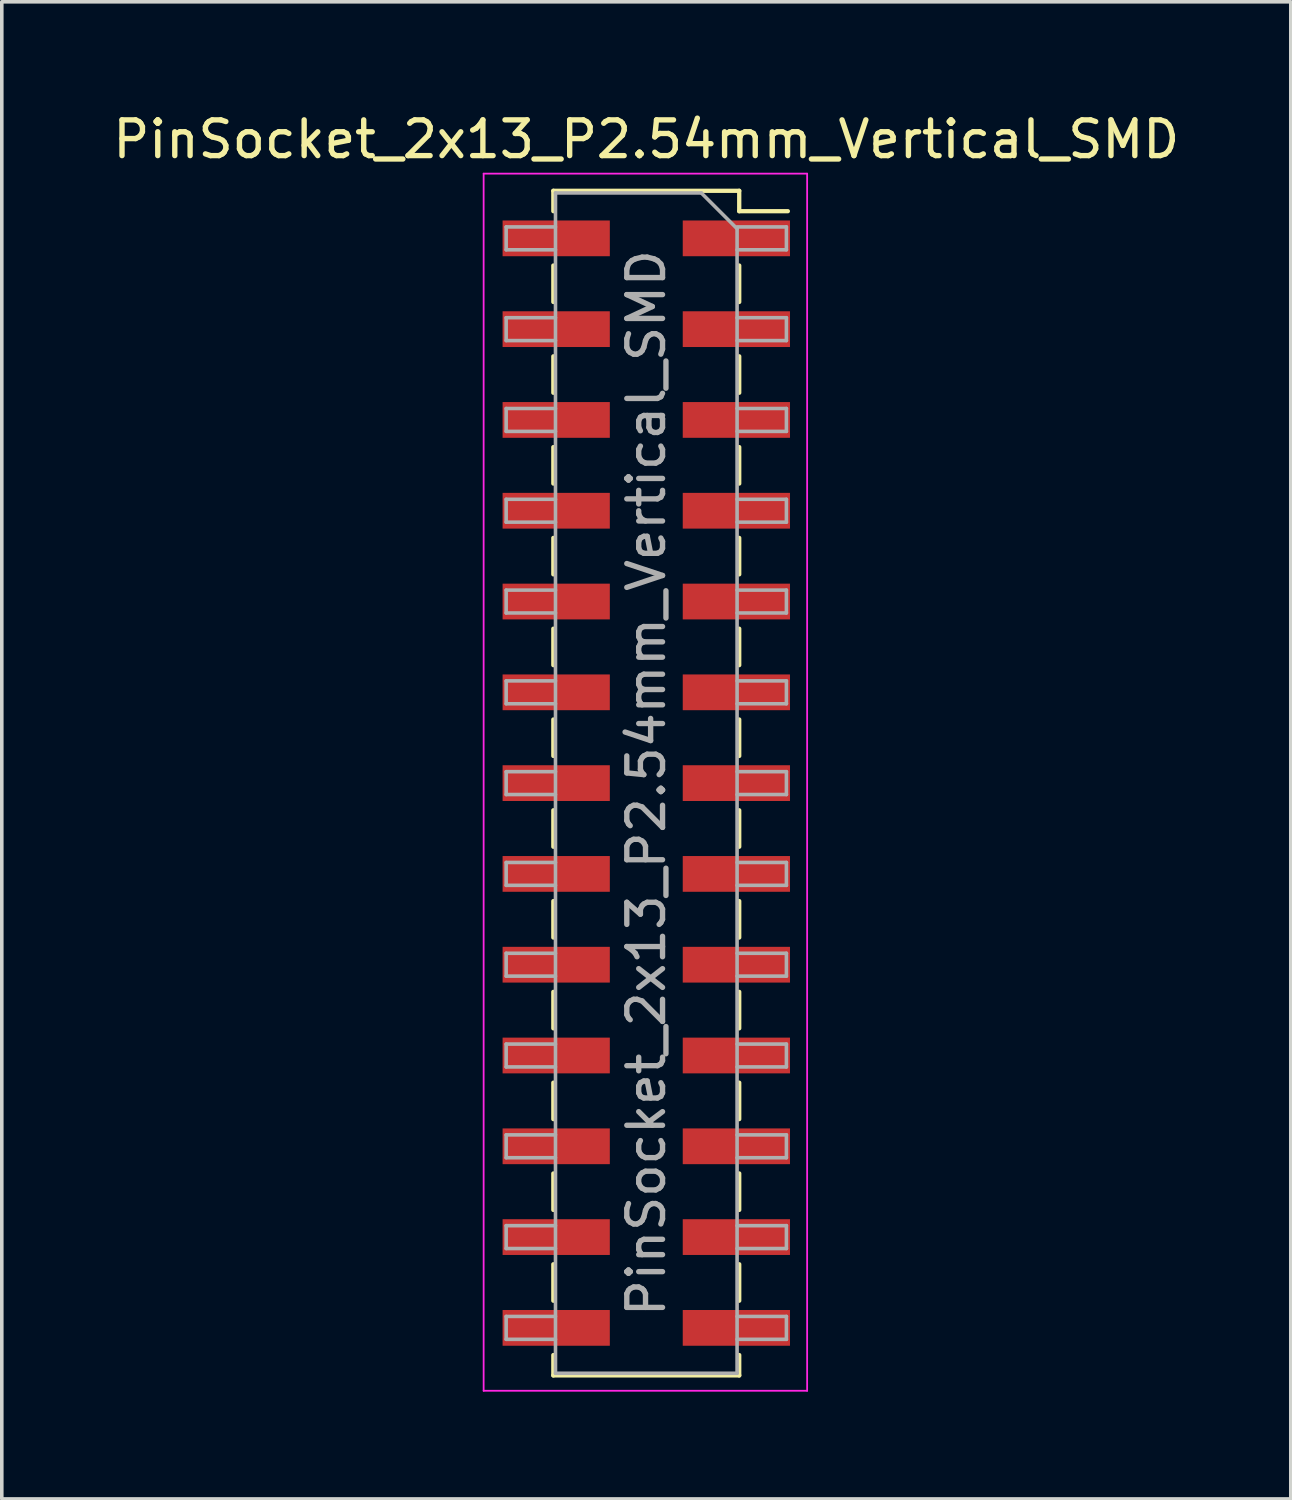
<source format=kicad_pcb>
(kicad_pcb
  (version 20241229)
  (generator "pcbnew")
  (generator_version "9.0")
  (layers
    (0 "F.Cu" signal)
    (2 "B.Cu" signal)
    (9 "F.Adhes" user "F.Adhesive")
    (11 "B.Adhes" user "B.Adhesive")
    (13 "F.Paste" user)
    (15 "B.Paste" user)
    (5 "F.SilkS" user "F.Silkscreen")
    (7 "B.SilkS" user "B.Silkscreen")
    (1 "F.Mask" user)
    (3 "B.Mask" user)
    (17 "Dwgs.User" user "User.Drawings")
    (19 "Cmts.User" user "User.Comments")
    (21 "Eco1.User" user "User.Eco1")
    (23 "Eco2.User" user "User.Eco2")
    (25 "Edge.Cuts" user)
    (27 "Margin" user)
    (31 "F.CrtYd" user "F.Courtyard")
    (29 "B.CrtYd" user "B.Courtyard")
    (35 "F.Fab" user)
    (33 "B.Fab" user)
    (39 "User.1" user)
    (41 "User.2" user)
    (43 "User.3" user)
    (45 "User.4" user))
  (footprint "PinSocket_2x13_P2.54mm_Vertical_SMD"
    (layer "F.Cu")
    (at 15.03 18.858)
    (property "Reference" "PinSocket_2x13_P2.54mm_Vertical_SMD" (at 0 -18.01 0) (layer "F.SilkS") (effects (font (size 1 1) (thickness 0.15))))
    (attr smd)
    (fp_line (start -2.6 -16.57) (end -2.6 -16) (stroke (width 0.12) (type solid)) (layer "F.SilkS"))
    (fp_line (start -2.6 -16.57) (end 2.6 -16.57) (stroke (width 0.12) (type solid)) (layer "F.SilkS"))
    (fp_line (start -2.6 -14.48) (end -2.6 -13.46) (stroke (width 0.12) (type solid)) (layer "F.SilkS"))
    (fp_line (start -2.6 -11.94) (end -2.6 -10.92) (stroke (width 0.12) (type solid)) (layer "F.SilkS"))
    (fp_line (start -2.6 -9.4) (end -2.6 -8.38) (stroke (width 0.12) (type solid)) (layer "F.SilkS"))
    (fp_line (start -2.6 -6.86) (end -2.6 -5.84) (stroke (width 0.12) (type solid)) (layer "F.SilkS"))
    (fp_line (start -2.6 -4.32) (end -2.6 -3.3) (stroke (width 0.12) (type solid)) (layer "F.SilkS"))
    (fp_line (start -2.6 -1.78) (end -2.6 -0.76) (stroke (width 0.12) (type solid)) (layer "F.SilkS"))
    (fp_line (start -2.6 0.76) (end -2.6 1.78) (stroke (width 0.12) (type solid)) (layer "F.SilkS"))
    (fp_line (start -2.6 3.3) (end -2.6 4.32) (stroke (width 0.12) (type solid)) (layer "F.SilkS"))
    (fp_line (start -2.6 5.84) (end -2.6 6.86) (stroke (width 0.12) (type solid)) (layer "F.SilkS"))
    (fp_line (start -2.6 8.38) (end -2.6 9.4) (stroke (width 0.12) (type solid)) (layer "F.SilkS"))
    (fp_line (start -2.6 10.92) (end -2.6 11.94) (stroke (width 0.12) (type solid)) (layer "F.SilkS"))
    (fp_line (start -2.6 13.46) (end -2.6 14.48) (stroke (width 0.12) (type solid)) (layer "F.SilkS"))
    (fp_line (start -2.6 16) (end -2.6 16.57) (stroke (width 0.12) (type solid)) (layer "F.SilkS"))
    (fp_line (start -2.6 16.57) (end 2.6 16.57) (stroke (width 0.12) (type solid)) (layer "F.SilkS"))
    (fp_line (start 2.6 -16.57) (end 2.6 -16) (stroke (width 0.12) (type solid)) (layer "F.SilkS"))
    (fp_line (start 2.6 -16) (end 3.96 -16) (stroke (width 0.12) (type solid)) (layer "F.SilkS"))
    (fp_line (start 2.6 -14.48) (end 2.6 -13.46) (stroke (width 0.12) (type solid)) (layer "F.SilkS"))
    (fp_line (start 2.6 -11.94) (end 2.6 -10.92) (stroke (width 0.12) (type solid)) (layer "F.SilkS"))
    (fp_line (start 2.6 -9.4) (end 2.6 -8.38) (stroke (width 0.12) (type solid)) (layer "F.SilkS"))
    (fp_line (start 2.6 -6.86) (end 2.6 -5.84) (stroke (width 0.12) (type solid)) (layer "F.SilkS"))
    (fp_line (start 2.6 -4.32) (end 2.6 -3.3) (stroke (width 0.12) (type solid)) (layer "F.SilkS"))
    (fp_line (start 2.6 -1.78) (end 2.6 -0.76) (stroke (width 0.12) (type solid)) (layer "F.SilkS"))
    (fp_line (start 2.6 0.76) (end 2.6 1.78) (stroke (width 0.12) (type solid)) (layer "F.SilkS"))
    (fp_line (start 2.6 3.3) (end 2.6 4.32) (stroke (width 0.12) (type solid)) (layer "F.SilkS"))
    (fp_line (start 2.6 5.84) (end 2.6 6.86) (stroke (width 0.12) (type solid)) (layer "F.SilkS"))
    (fp_line (start 2.6 8.38) (end 2.6 9.4) (stroke (width 0.12) (type solid)) (layer "F.SilkS"))
    (fp_line (start 2.6 10.92) (end 2.6 11.94) (stroke (width 0.12) (type solid)) (layer "F.SilkS"))
    (fp_line (start 2.6 13.46) (end 2.6 14.48) (stroke (width 0.12) (type solid)) (layer "F.SilkS"))
    (fp_line (start 2.6 16) (end 2.6 16.57) (stroke (width 0.12) (type solid)) (layer "F.SilkS"))
    (fp_line (start -4.55 -17.05) (end 4.5 -17.05) (stroke (width 0.05) (type solid)) (layer "F.CrtYd"))
    (fp_line (start -4.55 17) (end -4.55 -17.05) (stroke (width 0.05) (type solid)) (layer "F.CrtYd"))
    (fp_line (start 4.5 -17.05) (end 4.5 17) (stroke (width 0.05) (type solid)) (layer "F.CrtYd"))
    (fp_line (start 4.5 17) (end -4.55 17) (stroke (width 0.05) (type solid)) (layer "F.CrtYd"))
    (fp_line (start -3.92 -15.56) (end -2.54 -15.56) (stroke (width 0.1) (type solid)) (layer "F.Fab"))
    (fp_line (start -3.92 -14.92) (end -3.92 -15.56) (stroke (width 0.1) (type solid)) (layer "F.Fab"))
    (fp_line (start -3.92 -13.02) (end -2.54 -13.02) (stroke (width 0.1) (type solid)) (layer "F.Fab"))
    (fp_line (start -3.92 -12.38) (end -3.92 -13.02) (stroke (width 0.1) (type solid)) (layer "F.Fab"))
    (fp_line (start -3.92 -10.48) (end -2.54 -10.48) (stroke (width 0.1) (type solid)) (layer "F.Fab"))
    (fp_line (start -3.92 -9.84) (end -3.92 -10.48) (stroke (width 0.1) (type solid)) (layer "F.Fab"))
    (fp_line (start -3.92 -7.94) (end -2.54 -7.94) (stroke (width 0.1) (type solid)) (layer "F.Fab"))
    (fp_line (start -3.92 -7.3) (end -3.92 -7.94) (stroke (width 0.1) (type solid)) (layer "F.Fab"))
    (fp_line (start -3.92 -5.4) (end -2.54 -5.4) (stroke (width 0.1) (type solid)) (layer "F.Fab"))
    (fp_line (start -3.92 -4.76) (end -3.92 -5.4) (stroke (width 0.1) (type solid)) (layer "F.Fab"))
    (fp_line (start -3.92 -2.86) (end -2.54 -2.86) (stroke (width 0.1) (type solid)) (layer "F.Fab"))
    (fp_line (start -3.92 -2.22) (end -3.92 -2.86) (stroke (width 0.1) (type solid)) (layer "F.Fab"))
    (fp_line (start -3.92 -0.32) (end -2.54 -0.32) (stroke (width 0.1) (type solid)) (layer "F.Fab"))
    (fp_line (start -3.92 0.32) (end -3.92 -0.32) (stroke (width 0.1) (type solid)) (layer "F.Fab"))
    (fp_line (start -3.92 2.22) (end -2.54 2.22) (stroke (width 0.1) (type solid)) (layer "F.Fab"))
    (fp_line (start -3.92 2.86) (end -3.92 2.22) (stroke (width 0.1) (type solid)) (layer "F.Fab"))
    (fp_line (start -3.92 4.76) (end -2.54 4.76) (stroke (width 0.1) (type solid)) (layer "F.Fab"))
    (fp_line (start -3.92 5.4) (end -3.92 4.76) (stroke (width 0.1) (type solid)) (layer "F.Fab"))
    (fp_line (start -3.92 7.3) (end -2.54 7.3) (stroke (width 0.1) (type solid)) (layer "F.Fab"))
    (fp_line (start -3.92 7.94) (end -3.92 7.3) (stroke (width 0.1) (type solid)) (layer "F.Fab"))
    (fp_line (start -3.92 9.84) (end -2.54 9.84) (stroke (width 0.1) (type solid)) (layer "F.Fab"))
    (fp_line (start -3.92 10.48) (end -3.92 9.84) (stroke (width 0.1) (type solid)) (layer "F.Fab"))
    (fp_line (start -3.92 12.38) (end -2.54 12.38) (stroke (width 0.1) (type solid)) (layer "F.Fab"))
    (fp_line (start -3.92 13.02) (end -3.92 12.38) (stroke (width 0.1) (type solid)) (layer "F.Fab"))
    (fp_line (start -3.92 14.92) (end -2.54 14.92) (stroke (width 0.1) (type solid)) (layer "F.Fab"))
    (fp_line (start -3.92 15.56) (end -3.92 14.92) (stroke (width 0.1) (type solid)) (layer "F.Fab"))
    (fp_line (start -2.54 -16.51) (end 1.54 -16.51) (stroke (width 0.1) (type solid)) (layer "F.Fab"))
    (fp_line (start -2.54 -14.92) (end -3.92 -14.92) (stroke (width 0.1) (type solid)) (layer "F.Fab"))
    (fp_line (start -2.54 -12.38) (end -3.92 -12.38) (stroke (width 0.1) (type solid)) (layer "F.Fab"))
    (fp_line (start -2.54 -9.84) (end -3.92 -9.84) (stroke (width 0.1) (type solid)) (layer "F.Fab"))
    (fp_line (start -2.54 -7.3) (end -3.92 -7.3) (stroke (width 0.1) (type solid)) (layer "F.Fab"))
    (fp_line (start -2.54 -4.76) (end -3.92 -4.76) (stroke (width 0.1) (type solid)) (layer "F.Fab"))
    (fp_line (start -2.54 -2.22) (end -3.92 -2.22) (stroke (width 0.1) (type solid)) (layer "F.Fab"))
    (fp_line (start -2.54 0.32) (end -3.92 0.32) (stroke (width 0.1) (type solid)) (layer "F.Fab"))
    (fp_line (start -2.54 2.86) (end -3.92 2.86) (stroke (width 0.1) (type solid)) (layer "F.Fab"))
    (fp_line (start -2.54 5.4) (end -3.92 5.4) (stroke (width 0.1) (type solid)) (layer "F.Fab"))
    (fp_line (start -2.54 7.94) (end -3.92 7.94) (stroke (width 0.1) (type solid)) (layer "F.Fab"))
    (fp_line (start -2.54 10.48) (end -3.92 10.48) (stroke (width 0.1) (type solid)) (layer "F.Fab"))
    (fp_line (start -2.54 13.02) (end -3.92 13.02) (stroke (width 0.1) (type solid)) (layer "F.Fab"))
    (fp_line (start -2.54 15.56) (end -3.92 15.56) (stroke (width 0.1) (type solid)) (layer "F.Fab"))
    (fp_line (start -2.54 16.51) (end -2.54 -16.51) (stroke (width 0.1) (type solid)) (layer "F.Fab"))
    (fp_line (start 1.54 -16.51) (end 2.54 -15.51) (stroke (width 0.1) (type solid)) (layer "F.Fab"))
    (fp_line (start 2.54 -15.56) (end 3.92 -15.56) (stroke (width 0.1) (type solid)) (layer "F.Fab"))
    (fp_line (start 2.54 -15.51) (end 2.54 16.51) (stroke (width 0.1) (type solid)) (layer "F.Fab"))
    (fp_line (start 2.54 -13.02) (end 3.92 -13.02) (stroke (width 0.1) (type solid)) (layer "F.Fab"))
    (fp_line (start 2.54 -10.48) (end 3.92 -10.48) (stroke (width 0.1) (type solid)) (layer "F.Fab"))
    (fp_line (start 2.54 -7.94) (end 3.92 -7.94) (stroke (width 0.1) (type solid)) (layer "F.Fab"))
    (fp_line (start 2.54 -5.4) (end 3.92 -5.4) (stroke (width 0.1) (type solid)) (layer "F.Fab"))
    (fp_line (start 2.54 -2.86) (end 3.92 -2.86) (stroke (width 0.1) (type solid)) (layer "F.Fab"))
    (fp_line (start 2.54 -0.32) (end 3.92 -0.32) (stroke (width 0.1) (type solid)) (layer "F.Fab"))
    (fp_line (start 2.54 2.22) (end 3.92 2.22) (stroke (width 0.1) (type solid)) (layer "F.Fab"))
    (fp_line (start 2.54 4.76) (end 3.92 4.76) (stroke (width 0.1) (type solid)) (layer "F.Fab"))
    (fp_line (start 2.54 7.3) (end 3.92 7.3) (stroke (width 0.1) (type solid)) (layer "F.Fab"))
    (fp_line (start 2.54 9.84) (end 3.92 9.84) (stroke (width 0.1) (type solid)) (layer "F.Fab"))
    (fp_line (start 2.54 12.38) (end 3.92 12.38) (stroke (width 0.1) (type solid)) (layer "F.Fab"))
    (fp_line (start 2.54 14.92) (end 3.92 14.92) (stroke (width 0.1) (type solid)) (layer "F.Fab"))
    (fp_line (start 2.54 16.51) (end -2.54 16.51) (stroke (width 0.1) (type solid)) (layer "F.Fab"))
    (fp_line (start 3.92 -15.56) (end 3.92 -14.92) (stroke (width 0.1) (type solid)) (layer "F.Fab"))
    (fp_line (start 3.92 -14.92) (end 2.54 -14.92) (stroke (width 0.1) (type solid)) (layer "F.Fab"))
    (fp_line (start 3.92 -13.02) (end 3.92 -12.38) (stroke (width 0.1) (type solid)) (layer "F.Fab"))
    (fp_line (start 3.92 -12.38) (end 2.54 -12.38) (stroke (width 0.1) (type solid)) (layer "F.Fab"))
    (fp_line (start 3.92 -10.48) (end 3.92 -9.84) (stroke (width 0.1) (type solid)) (layer "F.Fab"))
    (fp_line (start 3.92 -9.84) (end 2.54 -9.84) (stroke (width 0.1) (type solid)) (layer "F.Fab"))
    (fp_line (start 3.92 -7.94) (end 3.92 -7.3) (stroke (width 0.1) (type solid)) (layer "F.Fab"))
    (fp_line (start 3.92 -7.3) (end 2.54 -7.3) (stroke (width 0.1) (type solid)) (layer "F.Fab"))
    (fp_line (start 3.92 -5.4) (end 3.92 -4.76) (stroke (width 0.1) (type solid)) (layer "F.Fab"))
    (fp_line (start 3.92 -4.76) (end 2.54 -4.76) (stroke (width 0.1) (type solid)) (layer "F.Fab"))
    (fp_line (start 3.92 -2.86) (end 3.92 -2.22) (stroke (width 0.1) (type solid)) (layer "F.Fab"))
    (fp_line (start 3.92 -2.22) (end 2.54 -2.22) (stroke (width 0.1) (type solid)) (layer "F.Fab"))
    (fp_line (start 3.92 -0.32) (end 3.92 0.32) (stroke (width 0.1) (type solid)) (layer "F.Fab"))
    (fp_line (start 3.92 0.32) (end 2.54 0.32) (stroke (width 0.1) (type solid)) (layer "F.Fab"))
    (fp_line (start 3.92 2.22) (end 3.92 2.86) (stroke (width 0.1) (type solid)) (layer "F.Fab"))
    (fp_line (start 3.92 2.86) (end 2.54 2.86) (stroke (width 0.1) (type solid)) (layer "F.Fab"))
    (fp_line (start 3.92 4.76) (end 3.92 5.4) (stroke (width 0.1) (type solid)) (layer "F.Fab"))
    (fp_line (start 3.92 5.4) (end 2.54 5.4) (stroke (width 0.1) (type solid)) (layer "F.Fab"))
    (fp_line (start 3.92 7.3) (end 3.92 7.94) (stroke (width 0.1) (type solid)) (layer "F.Fab"))
    (fp_line (start 3.92 7.94) (end 2.54 7.94) (stroke (width 0.1) (type solid)) (layer "F.Fab"))
    (fp_line (start 3.92 9.84) (end 3.92 10.48) (stroke (width 0.1) (type solid)) (layer "F.Fab"))
    (fp_line (start 3.92 10.48) (end 2.54 10.48) (stroke (width 0.1) (type solid)) (layer "F.Fab"))
    (fp_line (start 3.92 12.38) (end 3.92 13.02) (stroke (width 0.1) (type solid)) (layer "F.Fab"))
    (fp_line (start 3.92 13.02) (end 2.54 13.02) (stroke (width 0.1) (type solid)) (layer "F.Fab"))
    (fp_line (start 3.92 14.92) (end 3.92 15.56) (stroke (width 0.1) (type solid)) (layer "F.Fab"))
    (fp_line (start 3.92 15.56) (end 2.54 15.56) (stroke (width 0.1) (type solid)) (layer "F.Fab"))
    (fp_text user "${REFERENCE}" (at 0 0 90) (layer "F.Fab") (effects (font (size 1 1) (thickness 0.15))))
    (pad "1" smd rect (at 2.52 -15.24) (size 3 1) (layers "F.Cu" "F.Mask" "F.Paste"))
    (pad "2" smd rect (at -2.52 -15.24) (size 3 1) (layers "F.Cu" "F.Mask" "F.Paste"))
    (pad "3" smd rect (at 2.52 -12.7) (size 3 1) (layers "F.Cu" "F.Mask" "F.Paste"))
    (pad "4" smd rect (at -2.52 -12.7) (size 3 1) (layers "F.Cu" "F.Mask" "F.Paste"))
    (pad "5" smd rect (at 2.52 -10.16) (size 3 1) (layers "F.Cu" "F.Mask" "F.Paste"))
    (pad "6" smd rect (at -2.52 -10.16) (size 3 1) (layers "F.Cu" "F.Mask" "F.Paste"))
    (pad "7" smd rect (at 2.52 -7.62) (size 3 1) (layers "F.Cu" "F.Mask" "F.Paste"))
    (pad "8" smd rect (at -2.52 -7.62) (size 3 1) (layers "F.Cu" "F.Mask" "F.Paste"))
    (pad "9" smd rect (at 2.52 -5.08) (size 3 1) (layers "F.Cu" "F.Mask" "F.Paste"))
    (pad "10" smd rect (at -2.52 -5.08) (size 3 1) (layers "F.Cu" "F.Mask" "F.Paste"))
    (pad "11" smd rect (at 2.52 -2.54) (size 3 1) (layers "F.Cu" "F.Mask" "F.Paste"))
    (pad "12" smd rect (at -2.52 -2.54) (size 3 1) (layers "F.Cu" "F.Mask" "F.Paste"))
    (pad "13" smd rect (at 2.52 0) (size 3 1) (layers "F.Cu" "F.Mask" "F.Paste"))
    (pad "14" smd rect (at -2.52 0) (size 3 1) (layers "F.Cu" "F.Mask" "F.Paste"))
    (pad "15" smd rect (at 2.52 2.54) (size 3 1) (layers "F.Cu" "F.Mask" "F.Paste"))
    (pad "16" smd rect (at -2.52 2.54) (size 3 1) (layers "F.Cu" "F.Mask" "F.Paste"))
    (pad "17" smd rect (at 2.52 5.08) (size 3 1) (layers "F.Cu" "F.Mask" "F.Paste"))
    (pad "18" smd rect (at -2.52 5.08) (size 3 1) (layers "F.Cu" "F.Mask" "F.Paste"))
    (pad "19" smd rect (at 2.52 7.62) (size 3 1) (layers "F.Cu" "F.Mask" "F.Paste"))
    (pad "20" smd rect (at -2.52 7.62) (size 3 1) (layers "F.Cu" "F.Mask" "F.Paste"))
    (pad "21" smd rect (at 2.52 10.16) (size 3 1) (layers "F.Cu" "F.Mask" "F.Paste"))
    (pad "22" smd rect (at -2.52 10.16) (size 3 1) (layers "F.Cu" "F.Mask" "F.Paste"))
    (pad "23" smd rect (at 2.52 12.7) (size 3 1) (layers "F.Cu" "F.Mask" "F.Paste"))
    (pad "24" smd rect (at -2.52 12.7) (size 3 1) (layers "F.Cu" "F.Mask" "F.Paste"))
    (pad "25" smd rect (at 2.52 15.24) (size 3 1) (layers "F.Cu" "F.Mask" "F.Paste"))
    (pad "26" smd rect (at -2.52 15.24) (size 3 1) (layers "F.Cu" "F.Mask" "F.Paste")))
  (gr_rect
    (start -3 -3)
    (end 33.06 38.883)
    (stroke (width 0.1) (type default))
    (fill no)
    (layer "Edge.Cuts")))
</source>
